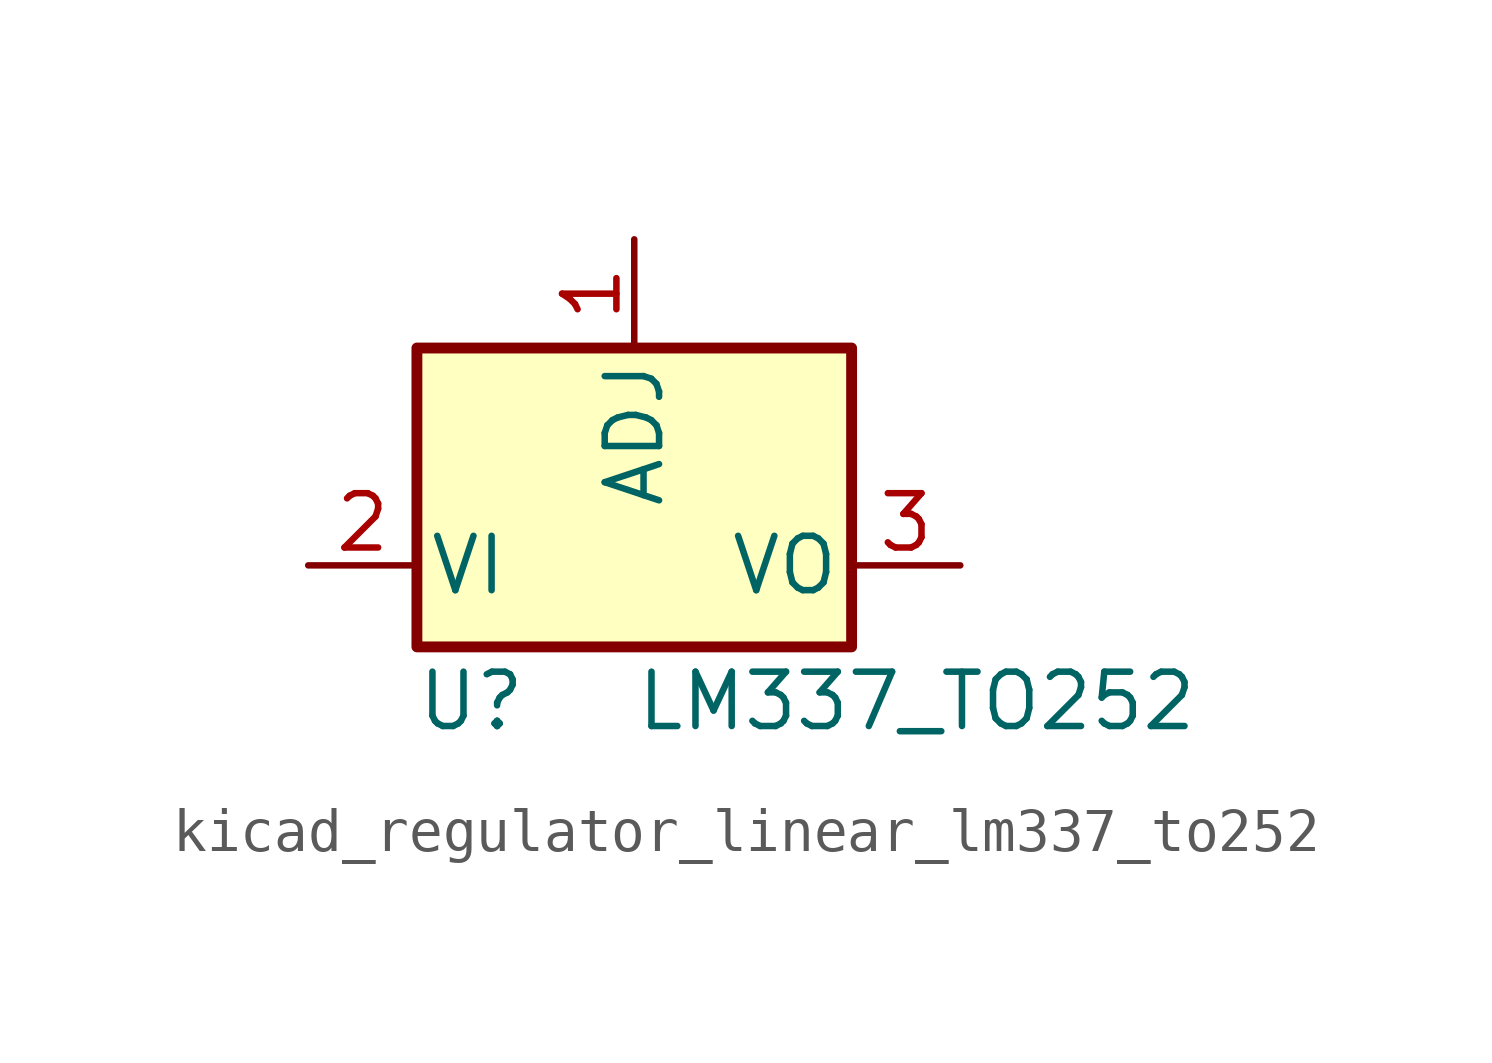
<source format=kicad_sym>
(kicad_symbol_lib
  (version 20220914)
  (generator kicad_symbol_editor)
  (symbol "kicad_regulator_linear_lm337_to252"
    (pin_names
      (offset 0.254))
    (property "Reference" "U"
      (at -3.81 -3.175 0)
      (effects (font (size 1.27 1.27))))
    (property "Value" "LM337_TO252"
      (at 0 -3.175 0)
      (effects (font (size 1.27 1.27)) (justify left)))
    (symbol "kicad_regulator_linear_lm337_to252_0_1"
      (rectangle (start -5.08 5.08) (end 5.08 -1.905) (stroke (width 0.254) (type default)) (fill (type background))))
    (symbol "kicad_regulator_linear_lm337_to252_1_1"
      (pin input line (at 0 7.62 270) (length 2.54) (name "ADJ" (effects (font (size 1.27 1.27)))) (number "1" (effects (font (size 1.27 1.27)))))
      (pin power_in line (at -7.62 0 0) (length 2.54) (name "VI" (effects (font (size 1.27 1.27)))) (number "2" (effects (font (size 1.27 1.27)))))
      (pin power_out line (at 7.62 0 180) (length 2.54) (name "VO" (effects (font (size 1.27 1.27)))) (number "3" (effects (font (size 1.27 1.27))))))))
</source>
